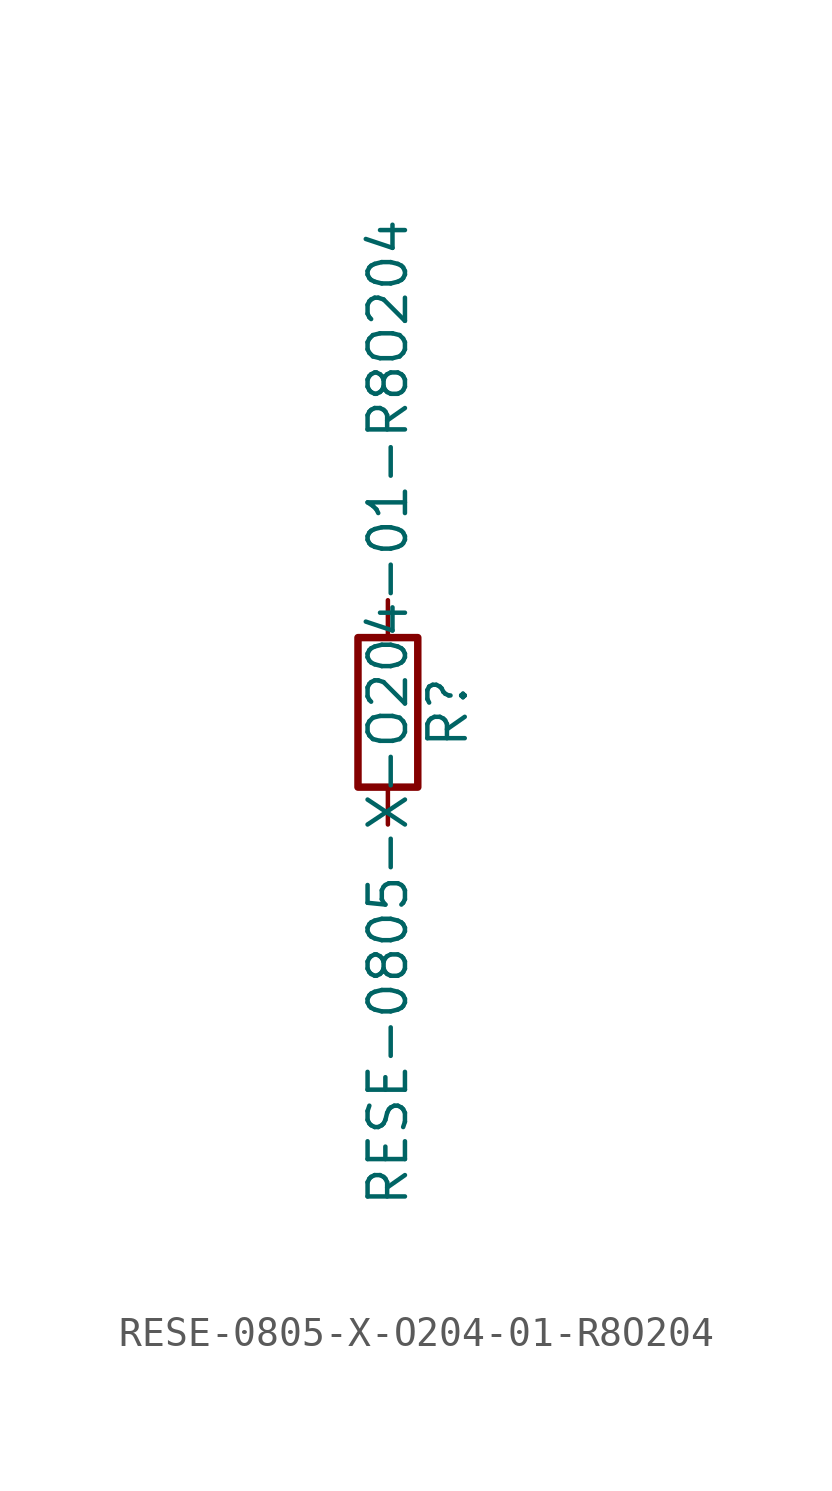
<source format=kicad_sym>
(kicad_symbol_lib
  (version 20211014)
  (generator kicad_symbol_editor)
  (symbol "RESE-0805-X-O204-01-R8O204"
    (pin_numbers hide)
    (pin_names
      (offset 0))
    (property "Reference" "R"
      (at 2.032 0 90)
      (effects (font (size 1.27 1.27))))
    (property "Value" "RESE-0805-X-O204-01-R8O204"
      (at 0 0 90)
      (effects (font (size 1.27 1.27))))
    (symbol "RESE-0805-X-O204-01-R8O204_0_1"
      (rectangle (start -1.016 -2.54) (end 1.016 2.54) (stroke (width 0.254) (type default) (color 0 0 0 0)) (fill (type none))))
    (symbol "RESE-0805-X-O204-01-R8O204_1_1"
      (pin passive line (at 0 3.81 270) (length 1.27) (name "~" (effects (font (size 1.27 1.27)))) (number "1" (effects (font (size 1.27 1.27)))))
      (pin passive line (at 0 -3.81 90) (length 1.27) (name "~" (effects (font (size 1.27 1.27)))) (number "2" (effects (font (size 1.27 1.27))))))))
</source>
